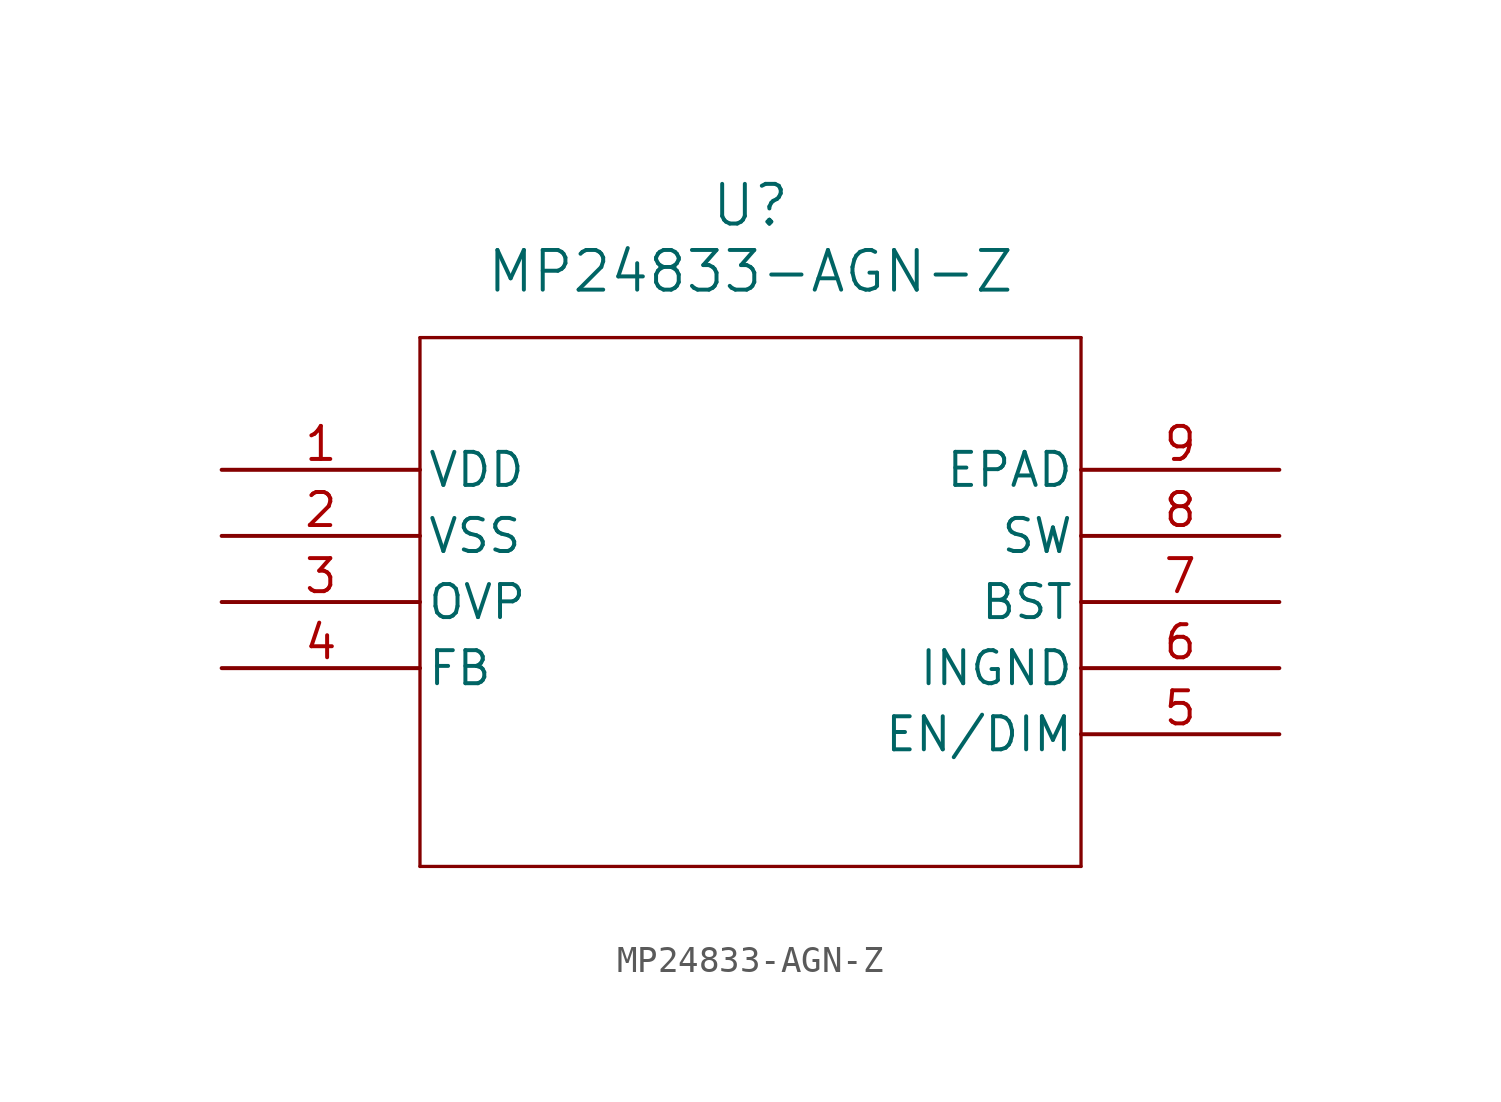
<source format=kicad_sym>
(kicad_symbol_lib
  (version 20211014)
  (generator kicad_symbol_editor)
  (symbol "MP24833-AGN-Z"
    (pin_names
      (offset 0.254))
    (property "Reference" "U"
      (at 20.32 10.16 0)
      (effects (font (size 1.524 1.524))))
    (property "Value" "MP24833-AGN-Z"
      (at 20.32 7.62 0)
      (effects (font (size 1.524 1.524))))
    (symbol "MP24833-AGN-Z_0_1"
      (polyline (pts (xy 7.62 5.08) (xy 7.62 -15.24)) (stroke (width 0.127) (type default) (color 0 0 0 0)) (fill (type none)))
      (polyline (pts (xy 7.62 -15.24) (xy 33.02 -15.24)) (stroke (width 0.127) (type default) (color 0 0 0 0)) (fill (type none)))
      (polyline (pts (xy 33.02 -15.24) (xy 33.02 5.08)) (stroke (width 0.127) (type default) (color 0 0 0 0)) (fill (type none)))
      (polyline (pts (xy 33.02 5.08) (xy 7.62 5.08)) (stroke (width 0.127) (type default) (color 0 0 0 0)) (fill (type none)))
      (pin power_in line (at 0 0 0) (length 7.62) (name "VDD" (effects (font (size 1.27 1.27)))) (number "1" (effects (font (size 1.27 1.27)))))
      (pin power_in line (at 0 -2.54 0) (length 7.62) (name "VSS" (effects (font (size 1.27 1.27)))) (number "2" (effects (font (size 1.27 1.27)))))
      (pin unspecified line (at 0 -5.08 0) (length 7.62) (name "OVP" (effects (font (size 1.27 1.27)))) (number "3" (effects (font (size 1.27 1.27)))))
      (pin input line (at 0 -7.62 0) (length 7.62) (name "FB" (effects (font (size 1.27 1.27)))) (number "4" (effects (font (size 1.27 1.27)))))
      (pin input line (at 40.64 -10.16 180) (length 7.62) (name "EN/DIM" (effects (font (size 1.27 1.27)))) (number "5" (effects (font (size 1.27 1.27)))))
      (pin power_in line (at 40.64 -7.62 180) (length 7.62) (name "INGND" (effects (font (size 1.27 1.27)))) (number "6" (effects (font (size 1.27 1.27)))))
      (pin power_in line (at 40.64 -5.08 180) (length 7.62) (name "BST" (effects (font (size 1.27 1.27)))) (number "7" (effects (font (size 1.27 1.27)))))
      (pin output line (at 40.64 -2.54 180) (length 7.62) (name "SW" (effects (font (size 1.27 1.27)))) (number "8" (effects (font (size 1.27 1.27)))))
      (pin power_in line (at 40.64 0 180) (length 7.62) (name "EPAD" (effects (font (size 1.27 1.27)))) (number "9" (effects (font (size 1.27 1.27))))))))
</source>
